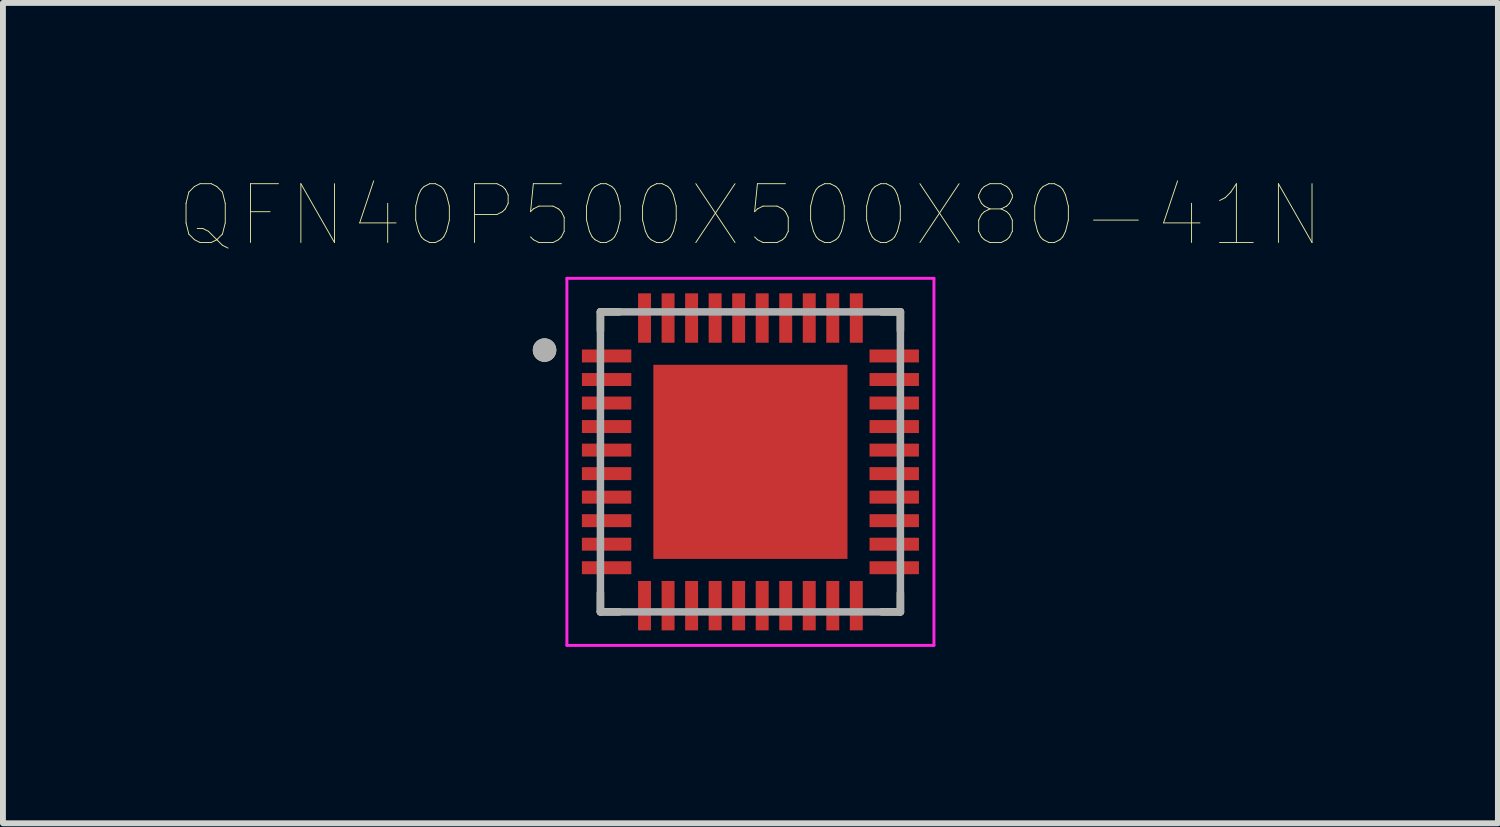
<source format=kicad_pcb>
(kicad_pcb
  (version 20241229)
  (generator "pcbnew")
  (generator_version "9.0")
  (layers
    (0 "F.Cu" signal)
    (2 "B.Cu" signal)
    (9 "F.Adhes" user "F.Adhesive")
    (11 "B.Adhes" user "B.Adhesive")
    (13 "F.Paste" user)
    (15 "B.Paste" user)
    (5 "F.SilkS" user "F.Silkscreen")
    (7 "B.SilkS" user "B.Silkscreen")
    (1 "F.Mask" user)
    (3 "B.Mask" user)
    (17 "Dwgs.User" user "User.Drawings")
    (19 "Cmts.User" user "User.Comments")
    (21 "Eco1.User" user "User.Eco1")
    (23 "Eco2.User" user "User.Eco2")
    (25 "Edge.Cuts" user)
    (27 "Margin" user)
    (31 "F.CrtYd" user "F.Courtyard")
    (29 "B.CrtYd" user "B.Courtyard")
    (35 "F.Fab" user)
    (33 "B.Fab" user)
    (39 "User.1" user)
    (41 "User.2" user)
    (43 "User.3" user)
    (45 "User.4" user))
  (footprint "QFN40P500X500X80-41N"
    (layer "F.Cu")
    (at 9.708 4.802)
    (property "Reference" "QFN40P500X500X80-41N" (at 0 -4.191 0) (layer "F.SilkS") (effects (font (size 1 1) (thickness 0.015))))
    (attr through_hole)
    (fp_line (start -2.55 -2.55) (end -2.55 -2.23) (stroke (width 0.127) (type solid)) (layer "F.SilkS"))
    (fp_line (start -2.55 2.23) (end -2.55 2.55) (stroke (width 0.127) (type solid)) (layer "F.SilkS"))
    (fp_line (start -2.55 2.55) (end -2.23 2.55) (stroke (width 0.127) (type solid)) (layer "F.SilkS"))
    (fp_line (start -2.23 -2.55) (end -2.55 -2.55) (stroke (width 0.127) (type solid)) (layer "F.SilkS"))
    (fp_line (start 2.23 -2.55) (end 2.55 -2.55) (stroke (width 0.127) (type solid)) (layer "F.SilkS"))
    (fp_line (start 2.23 2.55) (end 2.55 2.55) (stroke (width 0.127) (type solid)) (layer "F.SilkS"))
    (fp_line (start 2.55 -2.55) (end 2.55 -2.23) (stroke (width 0.127) (type solid)) (layer "F.SilkS"))
    (fp_line (start 2.55 2.55) (end 2.55 2.23) (stroke (width 0.127) (type solid)) (layer "F.SilkS"))
    (fp_circle (center -3.5 -1.9) (end -3.4 -1.9) (stroke (width 0.2) (type solid)) (fill no) (layer "F.SilkS"))
    (fp_poly (pts (xy -1.33 -1.33) (xy -0.16 -1.33) (xy -0.16 -0.16) (xy -1.33 -0.16)) (stroke (width 0.01) (type solid)) (fill yes) (layer "F.Paste"))
    (fp_poly (pts (xy -1.33 0.16) (xy -0.16 0.16) (xy -0.16 1.33) (xy -1.33 1.33)) (stroke (width 0.01) (type solid)) (fill yes) (layer "F.Paste"))
    (fp_poly (pts (xy 0.16 -1.33) (xy 1.33 -1.33) (xy 1.33 -0.16) (xy 0.16 -0.16)) (stroke (width 0.01) (type solid)) (fill yes) (layer "F.Paste"))
    (fp_poly (pts (xy 0.16 0.16) (xy 1.33 0.16) (xy 1.33 1.33) (xy 0.16 1.33)) (stroke (width 0.01) (type solid)) (fill yes) (layer "F.Paste"))
    (fp_line (start -3.12 -3.12) (end 3.12 -3.12) (stroke (width 0.05) (type solid)) (layer "F.CrtYd"))
    (fp_line (start -3.12 3.12) (end -3.12 -3.12) (stroke (width 0.05) (type solid)) (layer "F.CrtYd"))
    (fp_line (start 3.12 -3.12) (end 3.12 3.12) (stroke (width 0.05) (type solid)) (layer "F.CrtYd"))
    (fp_line (start 3.12 3.12) (end -3.12 3.12) (stroke (width 0.05) (type solid)) (layer "F.CrtYd"))
    (fp_line (start -2.55 -2.55) (end 2.55 -2.55) (stroke (width 0.127) (type solid)) (layer "F.Fab"))
    (fp_line (start -2.55 2.55) (end -2.55 -2.55) (stroke (width 0.127) (type solid)) (layer "F.Fab"))
    (fp_line (start 2.55 -2.55) (end 2.55 2.55) (stroke (width 0.127) (type solid)) (layer "F.Fab"))
    (fp_line (start 2.55 2.55) (end -2.55 2.55) (stroke (width 0.127) (type solid)) (layer "F.Fab"))
    (fp_circle (center -3.5 -1.9) (end -3.4 -1.9) (stroke (width 0.2) (type solid)) (fill no) (layer "F.Fab"))
    (pad "1" smd rect (at -2.445 -1.8) (size 0.84 0.22) (layers "F.Cu" "F.Mask" "F.Paste"))
    (pad "2" smd rect (at -2.445 -1.4) (size 0.84 0.22) (layers "F.Cu" "F.Mask" "F.Paste"))
    (pad "3" smd rect (at -2.445 -1) (size 0.84 0.22) (layers "F.Cu" "F.Mask" "F.Paste"))
    (pad "4" smd rect (at -2.445 -0.6) (size 0.84 0.22) (layers "F.Cu" "F.Mask" "F.Paste"))
    (pad "5" smd rect (at -2.445 -0.2) (size 0.84 0.22) (layers "F.Cu" "F.Mask" "F.Paste"))
    (pad "6" smd rect (at -2.445 0.2) (size 0.84 0.22) (layers "F.Cu" "F.Mask" "F.Paste"))
    (pad "7" smd rect (at -2.445 0.6) (size 0.84 0.22) (layers "F.Cu" "F.Mask" "F.Paste"))
    (pad "8" smd rect (at -2.445 1) (size 0.84 0.22) (layers "F.Cu" "F.Mask" "F.Paste"))
    (pad "9" smd rect (at -2.445 1.4) (size 0.84 0.22) (layers "F.Cu" "F.Mask" "F.Paste"))
    (pad "10" smd rect (at -2.445 1.8) (size 0.84 0.22) (layers "F.Cu" "F.Mask" "F.Paste"))
    (pad "11" smd rect (at -1.8 2.445) (size 0.22 0.84) (layers "F.Cu" "F.Mask" "F.Paste"))
    (pad "12" smd rect (at -1.4 2.445) (size 0.22 0.84) (layers "F.Cu" "F.Mask" "F.Paste"))
    (pad "13" smd rect (at -1 2.445) (size 0.22 0.84) (layers "F.Cu" "F.Mask" "F.Paste"))
    (pad "14" smd rect (at -0.6 2.445) (size 0.22 0.84) (layers "F.Cu" "F.Mask" "F.Paste"))
    (pad "15" smd rect (at -0.2 2.445) (size 0.22 0.84) (layers "F.Cu" "F.Mask" "F.Paste"))
    (pad "16" smd rect (at 0.2 2.445) (size 0.22 0.84) (layers "F.Cu" "F.Mask" "F.Paste"))
    (pad "17" smd rect (at 0.6 2.445) (size 0.22 0.84) (layers "F.Cu" "F.Mask" "F.Paste"))
    (pad "18" smd rect (at 1 2.445) (size 0.22 0.84) (layers "F.Cu" "F.Mask" "F.Paste"))
    (pad "19" smd rect (at 1.4 2.445) (size 0.22 0.84) (layers "F.Cu" "F.Mask" "F.Paste"))
    (pad "20" smd rect (at 1.8 2.445) (size 0.22 0.84) (layers "F.Cu" "F.Mask" "F.Paste"))
    (pad "21" smd rect (at 2.445 1.8) (size 0.84 0.22) (layers "F.Cu" "F.Mask" "F.Paste"))
    (pad "22" smd rect (at 2.445 1.4) (size 0.84 0.22) (layers "F.Cu" "F.Mask" "F.Paste"))
    (pad "23" smd rect (at 2.445 1) (size 0.84 0.22) (layers "F.Cu" "F.Mask" "F.Paste"))
    (pad "24" smd rect (at 2.445 0.6) (size 0.84 0.22) (layers "F.Cu" "F.Mask" "F.Paste"))
    (pad "25" smd rect (at 2.445 0.2) (size 0.84 0.22) (layers "F.Cu" "F.Mask" "F.Paste"))
    (pad "26" smd rect (at 2.445 -0.2) (size 0.84 0.22) (layers "F.Cu" "F.Mask" "F.Paste"))
    (pad "27" smd rect (at 2.445 -0.6) (size 0.84 0.22) (layers "F.Cu" "F.Mask" "F.Paste"))
    (pad "28" smd rect (at 2.445 -1) (size 0.84 0.22) (layers "F.Cu" "F.Mask" "F.Paste"))
    (pad "29" smd rect (at 2.445 -1.4) (size 0.84 0.22) (layers "F.Cu" "F.Mask" "F.Paste"))
    (pad "30" smd rect (at 2.445 -1.8) (size 0.84 0.22) (layers "F.Cu" "F.Mask" "F.Paste"))
    (pad "31" smd rect (at 1.8 -2.445) (size 0.22 0.84) (layers "F.Cu" "F.Mask" "F.Paste"))
    (pad "32" smd rect (at 1.4 -2.445) (size 0.22 0.84) (layers "F.Cu" "F.Mask" "F.Paste"))
    (pad "33" smd rect (at 1 -2.445) (size 0.22 0.84) (layers "F.Cu" "F.Mask" "F.Paste"))
    (pad "34" smd rect (at 0.6 -2.445) (size 0.22 0.84) (layers "F.Cu" "F.Mask" "F.Paste"))
    (pad "35" smd rect (at 0.2 -2.445) (size 0.22 0.84) (layers "F.Cu" "F.Mask" "F.Paste"))
    (pad "36" smd rect (at -0.2 -2.445) (size 0.22 0.84) (layers "F.Cu" "F.Mask" "F.Paste"))
    (pad "37" smd rect (at -0.6 -2.445) (size 0.22 0.84) (layers "F.Cu" "F.Mask" "F.Paste"))
    (pad "38" smd rect (at -1 -2.445) (size 0.22 0.84) (layers "F.Cu" "F.Mask" "F.Paste"))
    (pad "39" smd rect (at -1.4 -2.445) (size 0.22 0.84) (layers "F.Cu" "F.Mask" "F.Paste"))
    (pad "40" smd rect (at -1.8 -2.445) (size 0.22 0.84) (layers "F.Cu" "F.Mask" "F.Paste"))
    (pad "41" smd rect (at 0 0) (size 3.3 3.3) (layers "F.Cu" "F.Mask")))
  (gr_rect
    (start -3 -3)
    (end 22.416 10.947)
    (stroke (width 0.1) (type default))
    (fill no)
    (layer "Edge.Cuts")))
</source>
